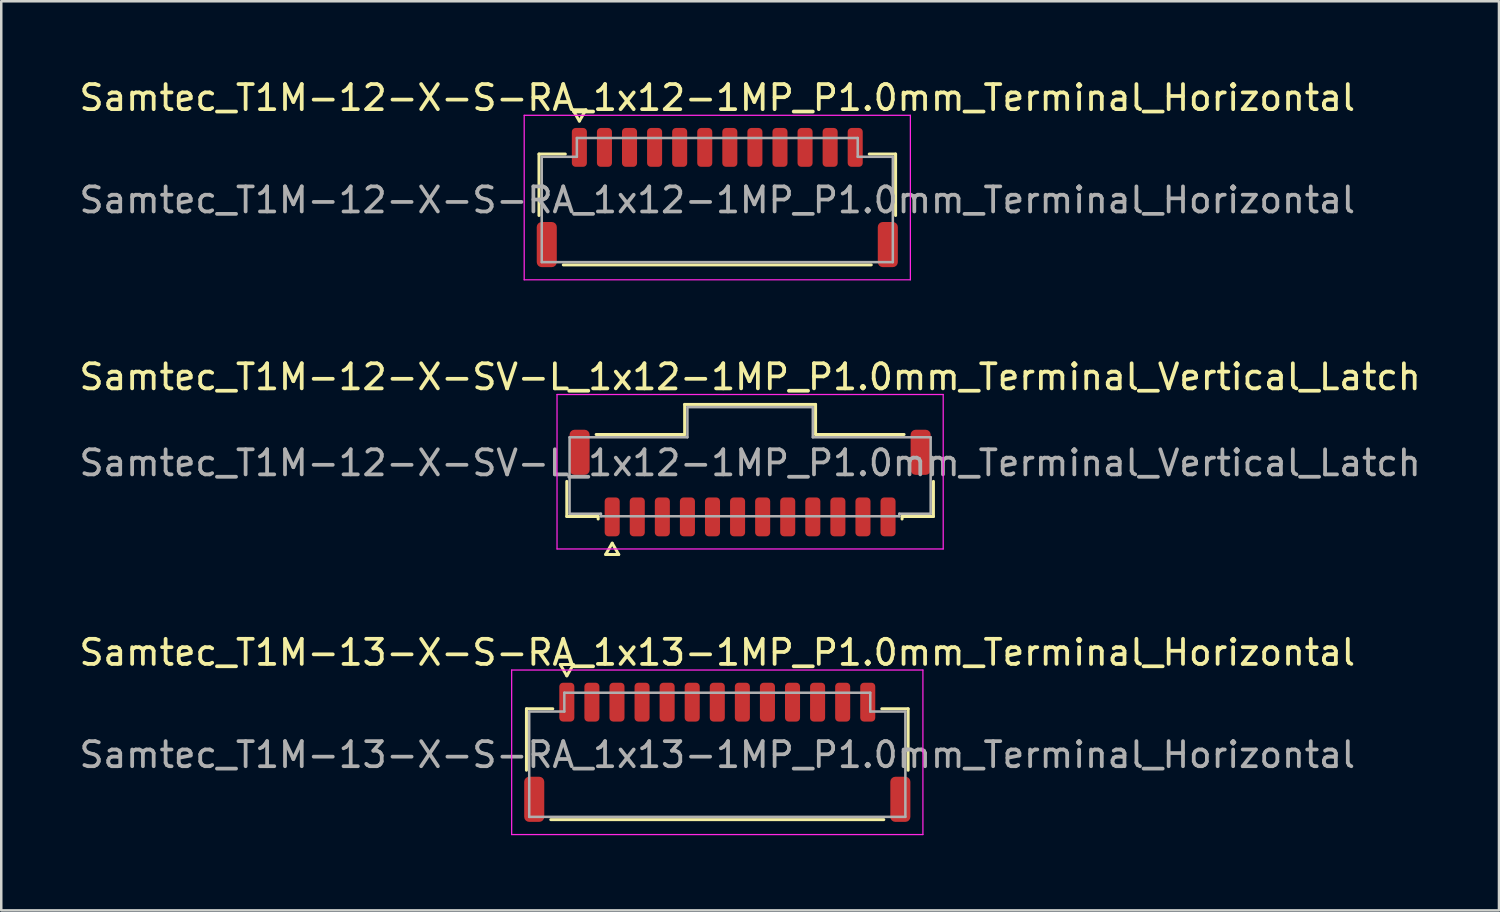
<source format=kicad_pcb>
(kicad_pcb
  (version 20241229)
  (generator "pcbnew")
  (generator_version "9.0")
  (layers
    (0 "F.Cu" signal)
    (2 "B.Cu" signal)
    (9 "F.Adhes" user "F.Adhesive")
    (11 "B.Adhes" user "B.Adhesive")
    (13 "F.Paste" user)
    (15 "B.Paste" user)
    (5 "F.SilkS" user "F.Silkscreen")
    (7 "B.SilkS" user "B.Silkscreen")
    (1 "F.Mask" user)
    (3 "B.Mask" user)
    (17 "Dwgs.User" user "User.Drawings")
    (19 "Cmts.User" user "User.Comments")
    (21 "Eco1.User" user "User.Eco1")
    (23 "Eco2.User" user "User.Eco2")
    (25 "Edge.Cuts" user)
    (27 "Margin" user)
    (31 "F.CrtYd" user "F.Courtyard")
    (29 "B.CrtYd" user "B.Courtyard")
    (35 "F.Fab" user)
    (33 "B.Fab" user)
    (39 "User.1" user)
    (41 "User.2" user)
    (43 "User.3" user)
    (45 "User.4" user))
  (footprint "Samtec_T1M-13-X-S-RA_1x13-1MP_P1.0mm_Terminal_Horizontal"
    (layer "F.Cu")
    (at 25.554 27.05)
    (property "Reference" "Samtec_T1M-13-X-S-RA_1x13-1MP_P1.0mm_Terminal_Horizontal" (at 0 -4.08 0) (layer "F.SilkS") (effects (font (size 1 1) (thickness 0.15))))
    (attr smd)
    (fp_line (start -7.61 -1.835) (end -6.56 -1.835) (stroke (width 0.12) (type solid)) (layer "F.SilkS"))
    (fp_line (start -7.61 0.615) (end -7.61 -1.835) (stroke (width 0.12) (type solid)) (layer "F.SilkS"))
    (fp_line (start -6.26 -3.6) (end -6 -3.15) (stroke (width 0.12) (type solid)) (layer "F.SilkS"))
    (fp_line (start -6 -3.15) (end -5.74 -3.6) (stroke (width 0.12) (type solid)) (layer "F.SilkS"))
    (fp_line (start -5.74 -3.6) (end -6.26 -3.6) (stroke (width 0.12) (type solid)) (layer "F.SilkS"))
    (fp_line (start 6.56 -1.835) (end 7.61 -1.835) (stroke (width 0.12) (type solid)) (layer "F.SilkS"))
    (fp_line (start 6.64 2.585) (end -6.64 2.585) (stroke (width 0.12) (type solid)) (layer "F.SilkS"))
    (fp_line (start 7.61 -1.835) (end 7.61 0.615) (stroke (width 0.12) (type solid)) (layer "F.SilkS"))
    (fp_line (start -8.2 -3.38) (end -8.2 3.18) (stroke (width 0.05) (type solid)) (layer "F.CrtYd"))
    (fp_line (start -8.2 3.18) (end 8.2 3.18) (stroke (width 0.05) (type solid)) (layer "F.CrtYd"))
    (fp_line (start 8.2 -3.38) (end -8.2 -3.38) (stroke (width 0.05) (type solid)) (layer "F.CrtYd"))
    (fp_line (start 8.2 3.18) (end 8.2 -3.38) (stroke (width 0.05) (type solid)) (layer "F.CrtYd"))
    (fp_line (start -7.5 -1.725) (end -6.1 -1.725) (stroke (width 0.1) (type solid)) (layer "F.Fab"))
    (fp_line (start -7.5 2.475) (end -7.5 -1.725) (stroke (width 0.1) (type solid)) (layer "F.Fab"))
    (fp_line (start -6.1 -2.475) (end 6.1 -2.475) (stroke (width 0.1) (type solid)) (layer "F.Fab"))
    (fp_line (start -6.1 -1.725) (end -6.1 -2.475) (stroke (width 0.1) (type solid)) (layer "F.Fab"))
    (fp_line (start 6.1 -2.475) (end 6.1 -1.725) (stroke (width 0.1) (type solid)) (layer "F.Fab"))
    (fp_line (start 6.1 -1.725) (end 7.5 -1.725) (stroke (width 0.1) (type solid)) (layer "F.Fab"))
    (fp_line (start 7.5 -1.725) (end 7.5 2.475) (stroke (width 0.1) (type solid)) (layer "F.Fab"))
    (fp_line (start 7.5 2.475) (end -7.5 2.475) (stroke (width 0.1) (type solid)) (layer "F.Fab"))
    (fp_text user "${REFERENCE}" (at 0 0 0) (layer "F.Fab") (effects (font (size 1 1) (thickness 0.15))))
    (pad "1" smd roundrect (at -6 -2.1) (size 0.6 1.55) (layers "F.Cu" "F.Mask" "F.Paste") (roundrect_rratio 0.25))
    (pad "2" smd roundrect (at -5 -2.1) (size 0.6 1.55) (layers "F.Cu" "F.Mask" "F.Paste") (roundrect_rratio 0.25))
    (pad "3" smd roundrect (at -4 -2.1) (size 0.6 1.55) (layers "F.Cu" "F.Mask" "F.Paste") (roundrect_rratio 0.25))
    (pad "4" smd roundrect (at -3 -2.1) (size 0.6 1.55) (layers "F.Cu" "F.Mask" "F.Paste") (roundrect_rratio 0.25))
    (pad "5" smd roundrect (at -2 -2.1) (size 0.6 1.55) (layers "F.Cu" "F.Mask" "F.Paste") (roundrect_rratio 0.25))
    (pad "6" smd roundrect (at -1 -2.1) (size 0.6 1.55) (layers "F.Cu" "F.Mask" "F.Paste") (roundrect_rratio 0.25))
    (pad "7" smd roundrect (at 0 -2.1) (size 0.6 1.55) (layers "F.Cu" "F.Mask" "F.Paste") (roundrect_rratio 0.25))
    (pad "8" smd roundrect (at 1 -2.1) (size 0.6 1.55) (layers "F.Cu" "F.Mask" "F.Paste") (roundrect_rratio 0.25))
    (pad "9" smd roundrect (at 2 -2.1) (size 0.6 1.55) (layers "F.Cu" "F.Mask" "F.Paste") (roundrect_rratio 0.25))
    (pad "10" smd roundrect (at 3 -2.1) (size 0.6 1.55) (layers "F.Cu" "F.Mask" "F.Paste") (roundrect_rratio 0.25))
    (pad "11" smd roundrect (at 4 -2.1) (size 0.6 1.55) (layers "F.Cu" "F.Mask" "F.Paste") (roundrect_rratio 0.25))
    (pad "12" smd roundrect (at 5 -2.1) (size 0.6 1.55) (layers "F.Cu" "F.Mask" "F.Paste") (roundrect_rratio 0.25))
    (pad "13" smd roundrect (at 6 -2.1) (size 0.6 1.55) (layers "F.Cu" "F.Mask" "F.Paste") (roundrect_rratio 0.25))
    (pad "MP" smd roundrect (at -7.3 1.775) (size 0.8 1.8) (layers "F.Cu" "F.Mask" "F.Paste") (roundrect_rratio 0.25))
    (pad "MP" smd roundrect (at 7.3 1.775) (size 0.8 1.8) (layers "F.Cu" "F.Mask" "F.Paste") (roundrect_rratio 0.25)))
  (footprint "Samtec_T1M-12-X-SV-L_1x12-1MP_P1.0mm_Terminal_Vertical_Latch"
    (layer "F.Cu")
    (at 26.863 15.412)
    (property "Reference" "Samtec_T1M-12-X-SV-L_1x12-1MP_P1.0mm_Terminal_Vertical_Latch" (at 0 -3.43 0) (layer "F.SilkS") (effects (font (size 1 1) (thickness 0.15))))
    (attr smd)
    (fp_line (start -7.31 2.135) (end -7.31 0.735) (stroke (width 0.12) (type solid)) (layer "F.SilkS"))
    (fp_line (start -6.14 -1.135) (end -2.61 -1.135) (stroke (width 0.12) (type solid)) (layer "F.SilkS"))
    (fp_line (start -6.06 2.135) (end -7.31 2.135) (stroke (width 0.12) (type solid)) (layer "F.SilkS"))
    (fp_line (start -6.06 2.235) (end -6.06 2.135) (stroke (width 0.12) (type solid)) (layer "F.SilkS"))
    (fp_line (start -5.76 3.65) (end -5.5 3.2) (stroke (width 0.12) (type solid)) (layer "F.SilkS"))
    (fp_line (start -5.5 3.2) (end -5.24 3.65) (stroke (width 0.12) (type solid)) (layer "F.SilkS"))
    (fp_line (start -5.24 3.65) (end -5.76 3.65) (stroke (width 0.12) (type solid)) (layer "F.SilkS"))
    (fp_line (start -2.61 -2.335) (end 2.61 -2.335) (stroke (width 0.12) (type solid)) (layer "F.SilkS"))
    (fp_line (start -2.61 -1.135) (end -2.61 -2.335) (stroke (width 0.12) (type solid)) (layer "F.SilkS"))
    (fp_line (start 2.61 -2.335) (end 2.61 -1.135) (stroke (width 0.12) (type solid)) (layer "F.SilkS"))
    (fp_line (start 2.61 -1.135) (end 6.14 -1.135) (stroke (width 0.12) (type solid)) (layer "F.SilkS"))
    (fp_line (start 6.06 2.135) (end 6.06 2.235) (stroke (width 0.12) (type solid)) (layer "F.SilkS"))
    (fp_line (start 7.31 0.735) (end 7.31 2.135) (stroke (width 0.12) (type solid)) (layer "F.SilkS"))
    (fp_line (start 7.31 2.135) (end 6.06 2.135) (stroke (width 0.12) (type solid)) (layer "F.SilkS"))
    (fp_line (start -7.7 -2.73) (end -7.7 3.43) (stroke (width 0.05) (type solid)) (layer "F.CrtYd"))
    (fp_line (start -7.7 3.43) (end 7.7 3.43) (stroke (width 0.05) (type solid)) (layer "F.CrtYd"))
    (fp_line (start 7.7 -2.73) (end -7.7 -2.73) (stroke (width 0.05) (type solid)) (layer "F.CrtYd"))
    (fp_line (start 7.7 3.43) (end 7.7 -2.73) (stroke (width 0.05) (type solid)) (layer "F.CrtYd"))
    (fp_line (start -7.2 -1.025) (end -2.5 -1.025) (stroke (width 0.1) (type solid)) (layer "F.Fab"))
    (fp_line (start -7.2 2.025) (end -7.2 -1.025) (stroke (width 0.1) (type solid)) (layer "F.Fab"))
    (fp_line (start -5.95 2.025) (end -7.2 2.025) (stroke (width 0.1) (type solid)) (layer "F.Fab"))
    (fp_line (start -5.95 2.125) (end -5.95 2.025) (stroke (width 0.1) (type solid)) (layer "F.Fab"))
    (fp_line (start -2.5 -2.225) (end 2.5 -2.225) (stroke (width 0.1) (type solid)) (layer "F.Fab"))
    (fp_line (start -2.5 -1.025) (end -2.5 -2.225) (stroke (width 0.1) (type solid)) (layer "F.Fab"))
    (fp_line (start 2.5 -2.225) (end 2.5 -1.025) (stroke (width 0.1) (type solid)) (layer "F.Fab"))
    (fp_line (start 2.5 -1.025) (end 7.2 -1.025) (stroke (width 0.1) (type solid)) (layer "F.Fab"))
    (fp_line (start 5.95 2.025) (end 5.95 2.125) (stroke (width 0.1) (type solid)) (layer "F.Fab"))
    (fp_line (start 5.95 2.125) (end -5.95 2.125) (stroke (width 0.1) (type solid)) (layer "F.Fab"))
    (fp_line (start 7.2 -1.025) (end 7.2 2.025) (stroke (width 0.1) (type solid)) (layer "F.Fab"))
    (fp_line (start 7.2 2.025) (end 5.95 2.025) (stroke (width 0.1) (type solid)) (layer "F.Fab"))
    (fp_text user "${REFERENCE}" (at 0 0 0) (layer "F.Fab") (effects (font (size 1 1) (thickness 0.15))))
    (pad "1" smd roundrect (at -5.5 2.15) (size 0.6 1.55) (layers "F.Cu" "F.Mask" "F.Paste") (roundrect_rratio 0.25))
    (pad "2" smd roundrect (at -4.5 2.15) (size 0.6 1.55) (layers "F.Cu" "F.Mask" "F.Paste") (roundrect_rratio 0.25))
    (pad "3" smd roundrect (at -3.5 2.15) (size 0.6 1.55) (layers "F.Cu" "F.Mask" "F.Paste") (roundrect_rratio 0.25))
    (pad "4" smd roundrect (at -2.5 2.15) (size 0.6 1.55) (layers "F.Cu" "F.Mask" "F.Paste") (roundrect_rratio 0.25))
    (pad "5" smd roundrect (at -1.5 2.15) (size 0.6 1.55) (layers "F.Cu" "F.Mask" "F.Paste") (roundrect_rratio 0.25))
    (pad "6" smd roundrect (at -0.5 2.15) (size 0.6 1.55) (layers "F.Cu" "F.Mask" "F.Paste") (roundrect_rratio 0.25))
    (pad "7" smd roundrect (at 0.5 2.15) (size 0.6 1.55) (layers "F.Cu" "F.Mask" "F.Paste") (roundrect_rratio 0.25))
    (pad "8" smd roundrect (at 1.5 2.15) (size 0.6 1.55) (layers "F.Cu" "F.Mask" "F.Paste") (roundrect_rratio 0.25))
    (pad "9" smd roundrect (at 2.5 2.15) (size 0.6 1.55) (layers "F.Cu" "F.Mask" "F.Paste") (roundrect_rratio 0.25))
    (pad "10" smd roundrect (at 3.5 2.15) (size 0.6 1.55) (layers "F.Cu" "F.Mask" "F.Paste") (roundrect_rratio 0.25))
    (pad "11" smd roundrect (at 4.5 2.15) (size 0.6 1.55) (layers "F.Cu" "F.Mask" "F.Paste") (roundrect_rratio 0.25))
    (pad "12" smd roundrect (at 5.5 2.15) (size 0.6 1.55) (layers "F.Cu" "F.Mask" "F.Paste") (roundrect_rratio 0.25))
    (pad "MP" smd roundrect (at -6.8 -0.425) (size 0.8 1.8) (layers "F.Cu" "F.Mask" "F.Paste") (roundrect_rratio 0.25))
    (pad "MP" smd roundrect (at 6.8 -0.425) (size 0.8 1.8) (layers "F.Cu" "F.Mask" "F.Paste") (roundrect_rratio 0.25)))
  (footprint "Samtec_T1M-12-X-S-RA_1x12-1MP_P1.0mm_Terminal_Horizontal"
    (layer "F.Cu")
    (at 25.554 4.928)
    (property "Reference" "Samtec_T1M-12-X-S-RA_1x12-1MP_P1.0mm_Terminal_Horizontal" (at 0 -4.08 0) (layer "F.SilkS") (effects (font (size 1 1) (thickness 0.15))))
    (attr smd)
    (fp_line (start -7.11 -1.835) (end -6.06 -1.835) (stroke (width 0.12) (type solid)) (layer "F.SilkS"))
    (fp_line (start -7.11 0.615) (end -7.11 -1.835) (stroke (width 0.12) (type solid)) (layer "F.SilkS"))
    (fp_line (start -5.76 -3.6) (end -5.5 -3.15) (stroke (width 0.12) (type solid)) (layer "F.SilkS"))
    (fp_line (start -5.5 -3.15) (end -5.24 -3.6) (stroke (width 0.12) (type solid)) (layer "F.SilkS"))
    (fp_line (start -5.24 -3.6) (end -5.76 -3.6) (stroke (width 0.12) (type solid)) (layer "F.SilkS"))
    (fp_line (start 6.06 -1.835) (end 7.11 -1.835) (stroke (width 0.12) (type solid)) (layer "F.SilkS"))
    (fp_line (start 6.14 2.585) (end -6.14 2.585) (stroke (width 0.12) (type solid)) (layer "F.SilkS"))
    (fp_line (start 7.11 -1.835) (end 7.11 0.615) (stroke (width 0.12) (type solid)) (layer "F.SilkS"))
    (fp_line (start -7.7 -3.38) (end -7.7 3.18) (stroke (width 0.05) (type solid)) (layer "F.CrtYd"))
    (fp_line (start -7.7 3.18) (end 7.7 3.18) (stroke (width 0.05) (type solid)) (layer "F.CrtYd"))
    (fp_line (start 7.7 -3.38) (end -7.7 -3.38) (stroke (width 0.05) (type solid)) (layer "F.CrtYd"))
    (fp_line (start 7.7 3.18) (end 7.7 -3.38) (stroke (width 0.05) (type solid)) (layer "F.CrtYd"))
    (fp_line (start -7 -1.725) (end -5.6 -1.725) (stroke (width 0.1) (type solid)) (layer "F.Fab"))
    (fp_line (start -7 2.475) (end -7 -1.725) (stroke (width 0.1) (type solid)) (layer "F.Fab"))
    (fp_line (start -5.6 -2.475) (end 5.6 -2.475) (stroke (width 0.1) (type solid)) (layer "F.Fab"))
    (fp_line (start -5.6 -1.725) (end -5.6 -2.475) (stroke (width 0.1) (type solid)) (layer "F.Fab"))
    (fp_line (start 5.6 -2.475) (end 5.6 -1.725) (stroke (width 0.1) (type solid)) (layer "F.Fab"))
    (fp_line (start 5.6 -1.725) (end 7 -1.725) (stroke (width 0.1) (type solid)) (layer "F.Fab"))
    (fp_line (start 7 -1.725) (end 7 2.475) (stroke (width 0.1) (type solid)) (layer "F.Fab"))
    (fp_line (start 7 2.475) (end -7 2.475) (stroke (width 0.1) (type solid)) (layer "F.Fab"))
    (fp_text user "${REFERENCE}" (at 0 0 0) (layer "F.Fab") (effects (font (size 1 1) (thickness 0.15))))
    (pad "1" smd roundrect (at -5.5 -2.1) (size 0.6 1.55) (layers "F.Cu" "F.Mask" "F.Paste") (roundrect_rratio 0.25))
    (pad "2" smd roundrect (at -4.5 -2.1) (size 0.6 1.55) (layers "F.Cu" "F.Mask" "F.Paste") (roundrect_rratio 0.25))
    (pad "3" smd roundrect (at -3.5 -2.1) (size 0.6 1.55) (layers "F.Cu" "F.Mask" "F.Paste") (roundrect_rratio 0.25))
    (pad "4" smd roundrect (at -2.5 -2.1) (size 0.6 1.55) (layers "F.Cu" "F.Mask" "F.Paste") (roundrect_rratio 0.25))
    (pad "5" smd roundrect (at -1.5 -2.1) (size 0.6 1.55) (layers "F.Cu" "F.Mask" "F.Paste") (roundrect_rratio 0.25))
    (pad "6" smd roundrect (at -0.5 -2.1) (size 0.6 1.55) (layers "F.Cu" "F.Mask" "F.Paste") (roundrect_rratio 0.25))
    (pad "7" smd roundrect (at 0.5 -2.1) (size 0.6 1.55) (layers "F.Cu" "F.Mask" "F.Paste") (roundrect_rratio 0.25))
    (pad "8" smd roundrect (at 1.5 -2.1) (size 0.6 1.55) (layers "F.Cu" "F.Mask" "F.Paste") (roundrect_rratio 0.25))
    (pad "9" smd roundrect (at 2.5 -2.1) (size 0.6 1.55) (layers "F.Cu" "F.Mask" "F.Paste") (roundrect_rratio 0.25))
    (pad "10" smd roundrect (at 3.5 -2.1) (size 0.6 1.55) (layers "F.Cu" "F.Mask" "F.Paste") (roundrect_rratio 0.25))
    (pad "11" smd roundrect (at 4.5 -2.1) (size 0.6 1.55) (layers "F.Cu" "F.Mask" "F.Paste") (roundrect_rratio 0.25))
    (pad "12" smd roundrect (at 5.5 -2.1) (size 0.6 1.55) (layers "F.Cu" "F.Mask" "F.Paste") (roundrect_rratio 0.25))
    (pad "MP" smd roundrect (at -6.8 1.775) (size 0.8 1.8) (layers "F.Cu" "F.Mask" "F.Paste") (roundrect_rratio 0.25))
    (pad "MP" smd roundrect (at 6.8 1.775) (size 0.8 1.8) (layers "F.Cu" "F.Mask" "F.Paste") (roundrect_rratio 0.25)))
  (gr_rect
    (start -3 -3)
    (end 56.726 33.255)
    (stroke (width 0.1) (type default))
    (fill no)
    (layer "Edge.Cuts")))
</source>
